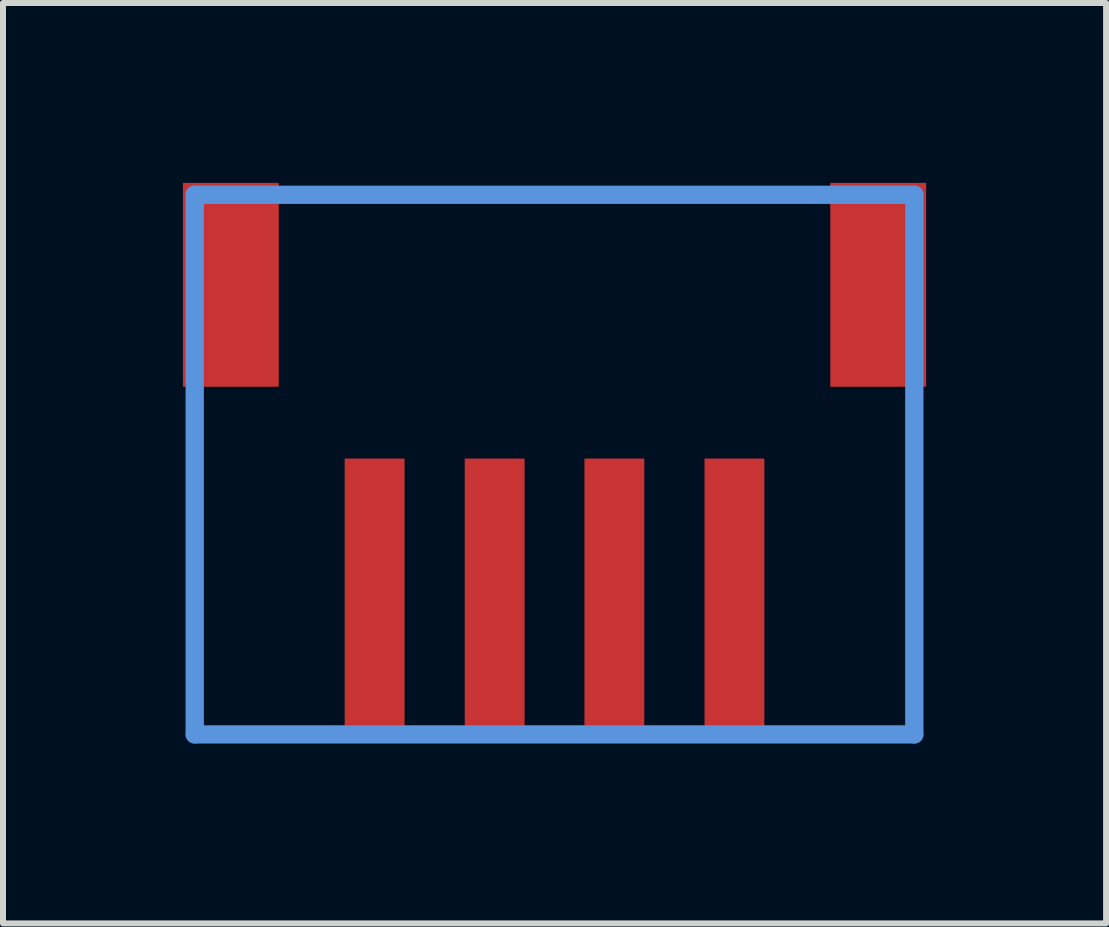
<source format=kicad_pcb>
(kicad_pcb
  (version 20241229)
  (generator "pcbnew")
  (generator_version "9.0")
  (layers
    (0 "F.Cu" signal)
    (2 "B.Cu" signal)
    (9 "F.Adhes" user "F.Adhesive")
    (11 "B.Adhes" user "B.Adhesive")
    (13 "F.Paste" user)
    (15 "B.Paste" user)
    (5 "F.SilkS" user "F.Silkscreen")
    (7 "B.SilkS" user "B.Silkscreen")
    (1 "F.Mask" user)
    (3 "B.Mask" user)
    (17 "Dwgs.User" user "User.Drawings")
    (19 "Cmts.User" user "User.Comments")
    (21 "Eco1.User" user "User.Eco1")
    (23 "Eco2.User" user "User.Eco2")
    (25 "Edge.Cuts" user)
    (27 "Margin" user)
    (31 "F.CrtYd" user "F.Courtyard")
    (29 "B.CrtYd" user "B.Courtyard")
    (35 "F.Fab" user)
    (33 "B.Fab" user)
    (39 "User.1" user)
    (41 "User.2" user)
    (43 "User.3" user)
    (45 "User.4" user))
  (footprint "S4B-PH"
    (layer "F.Cu")
    (at 6.196 2.197)
    (property "Reference" "S4B-PH" (at 0 0 0) (layer "Cmts.User") (effects (font (size 0.001 0.001) (thickness 0.000001))))
    (attr through_hole)
    (fp_line (start -5.999 -1.999) (end -5.999 6.998) (stroke (width 0.305) (type solid)) (layer "Cmts.User"))
    (fp_line (start -5.999 6.998) (end 5.999 6.998) (stroke (width 0.305) (type solid)) (layer "Cmts.User"))
    (fp_line (start 5.999 -1.999) (end -5.999 -1.999) (stroke (width 0.305) (type solid)) (layer "Cmts.User"))
    (fp_line (start 5.999 6.998) (end 5.999 -1.999) (stroke (width 0.305) (type solid)) (layer "Cmts.User"))
    (pad "1" smd rect (at -3 4.699) (size 0.998 4.6) (layers "F.Cu" "F.Mask" "F.Paste"))
    (pad "2" smd rect (at -0.998 4.699) (size 0.998 4.6) (layers "F.Cu" "F.Mask" "F.Paste"))
    (pad "3" smd rect (at 0.998 4.699) (size 0.998 4.6) (layers "F.Cu" "F.Mask" "F.Paste"))
    (pad "4" smd rect (at 3 4.699) (size 0.998 4.6) (layers "F.Cu" "F.Mask" "F.Paste"))
    (pad "P$1" smd rect (at -5.397 -0.498 90) (size 3.399 1.598) (layers "F.Cu" "F.Mask" "F.Paste"))
    (pad "P$2" smd rect (at 5.397 -0.498 90) (size 3.399 1.598) (layers "F.Cu" "F.Mask" "F.Paste")))
  (gr_rect
    (start -3 -3)
    (end 15.393 12.347)
    (stroke (width 0.1) (type default))
    (fill no)
    (layer "Edge.Cuts")))
</source>
